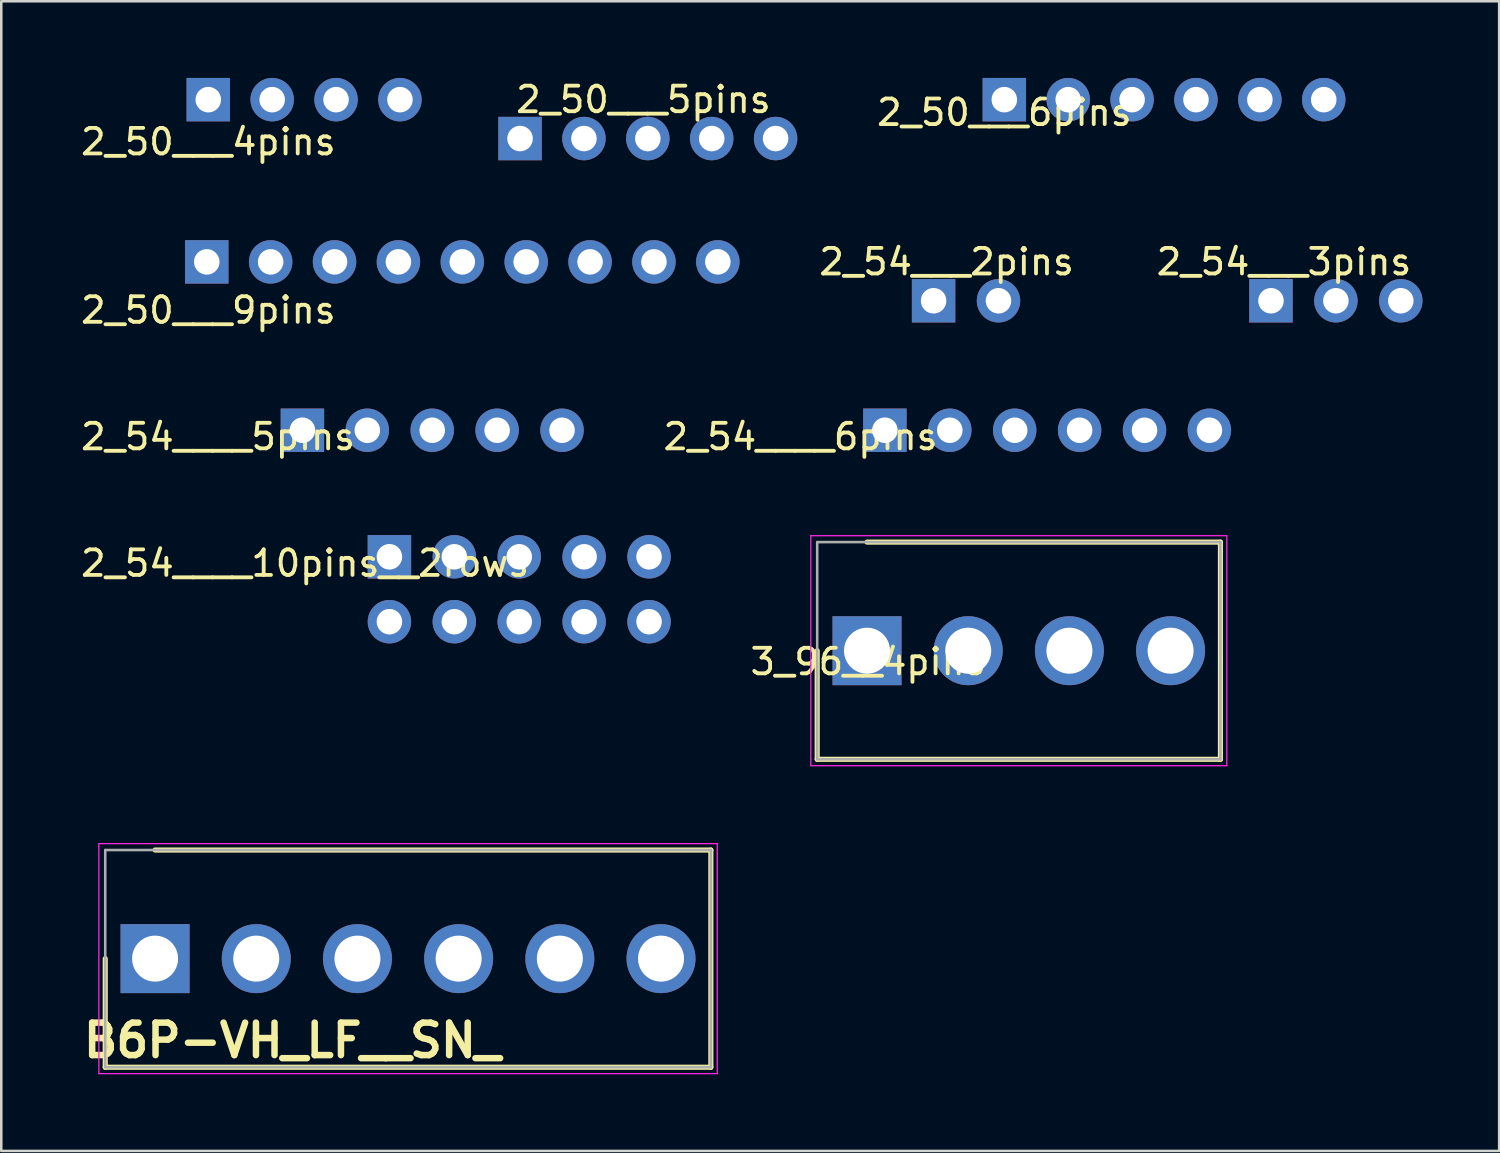
<source format=kicad_pcb>
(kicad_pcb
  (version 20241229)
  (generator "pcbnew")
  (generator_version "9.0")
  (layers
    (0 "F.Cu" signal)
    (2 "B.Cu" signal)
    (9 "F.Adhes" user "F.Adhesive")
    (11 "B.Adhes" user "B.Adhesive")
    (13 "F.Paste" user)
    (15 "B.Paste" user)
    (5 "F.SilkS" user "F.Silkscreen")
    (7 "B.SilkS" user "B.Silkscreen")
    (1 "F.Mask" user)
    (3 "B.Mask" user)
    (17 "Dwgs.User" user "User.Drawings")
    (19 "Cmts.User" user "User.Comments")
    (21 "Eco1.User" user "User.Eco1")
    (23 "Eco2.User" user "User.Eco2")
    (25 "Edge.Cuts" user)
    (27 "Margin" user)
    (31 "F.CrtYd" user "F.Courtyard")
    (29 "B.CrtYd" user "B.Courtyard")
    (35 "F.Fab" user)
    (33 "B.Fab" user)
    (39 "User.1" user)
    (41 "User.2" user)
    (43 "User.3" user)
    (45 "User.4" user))
  (footprint "2_50___6pins"
    (layer "F.Cu")
    (at 36.252 0.85)
    (property "Reference" "2_50___6pins" (at 0 0.5 0) (layer "F.SilkS") (effects (font (size 1 1) (thickness 0.15))))
    (attr through_hole)
    (pad "1" thru_hole rect (at 0 0) (size 1.7 1.7) (drill 1) (layers "*.Cu" "*.Mask"))
    (pad "2" thru_hole circle (at 2.5 0) (size 1.7 1.7) (drill 1) (layers "*.Cu" "*.Mask"))
    (pad "3" thru_hole circle (at 5 0) (size 1.7 1.7) (drill 1) (layers "*.Cu" "*.Mask"))
    (pad "4" thru_hole circle (at 7.5 0) (size 1.7 1.7) (drill 1) (layers "*.Cu" "*.Mask"))
    (pad "5" thru_hole circle (at 10 0) (size 1.7 1.7) (drill 1) (layers "*.Cu" "*.Mask"))
    (pad "6" thru_hole circle (at 12.5 0) (size 1.7 1.7) (drill 1) (layers "*.Cu" "*.Mask")))
  (footprint "2_50___4pins"
    (layer "F.Cu")
    (at 5.101 0.85)
    (property "Reference" "2_50___4pins" (at 0 1.65 0) (layer "F.SilkS") (effects (font (size 1 1) (thickness 0.15))))
    (attr through_hole)
    (pad "1" thru_hole rect (at 0 0) (size 1.7 1.7) (drill 1) (layers "*.Cu" "*.Mask"))
    (pad "2" thru_hole circle (at 2.5 0) (size 1.7 1.7) (drill 1) (layers "*.Cu" "*.Mask"))
    (pad "3" thru_hole circle (at 5 0) (size 1.7 1.7) (drill 1) (layers "*.Cu" "*.Mask"))
    (pad "4" thru_hole circle (at 7.5 0) (size 1.7 1.7) (drill 1) (layers "*.Cu" "*.Mask")))
  (footprint "2_50___5pins"
    (layer "F.Cu")
    (at 17.301 2.372)
    (property "Reference" "2_50___5pins" (at 4.826 -1.524 0) (layer "F.SilkS") (effects (font (size 1 1) (thickness 0.15))))
    (attr through_hole)
    (pad "1" thru_hole rect (at 0 0) (size 1.7 1.7) (drill 1) (layers "*.Cu" "*.Mask"))
    (pad "2" thru_hole circle (at 2.5 0) (size 1.7 1.7) (drill 1) (layers "*.Cu" "*.Mask"))
    (pad "3" thru_hole circle (at 5 0) (size 1.7 1.7) (drill 1) (layers "*.Cu" "*.Mask"))
    (pad "4" thru_hole circle (at 7.5 0) (size 1.7 1.7) (drill 1) (layers "*.Cu" "*.Mask"))
    (pad "5" thru_hole circle (at 10 0) (size 1.7 1.7) (drill 1) (layers "*.Cu" "*.Mask")))
  (footprint "3_96__4pins"
    (layer "F.Cu")
    (at 30.879 22.414)
    (property "Reference" "3_96__4pins" (at 0.04 0.43 0) (layer "F.SilkS") (effects (font (size 1 1) (thickness 0.15))))
    (attr through_hole)
    (fp_line (start -1.95 0) (end -1.95 4.25) (stroke (width 0.2) (type solid)) (layer "F.SilkS"))
    (fp_line (start -1.95 4.25) (end 13.83 4.25) (stroke (width 0.2) (type solid)) (layer "F.SilkS"))
    (fp_line (start 13.83 -4.25) (end 0 -4.25) (stroke (width 0.2) (type solid)) (layer "F.SilkS"))
    (fp_line (start 13.83 4.25) (end 13.83 -4.25) (stroke (width 0.2) (type solid)) (layer "F.SilkS"))
    (fp_line (start -2.2 -4.5) (end 14.08 -4.5) (stroke (width 0.05) (type solid)) (layer "F.CrtYd"))
    (fp_line (start -2.2 4.5) (end -2.2 -4.5) (stroke (width 0.05) (type solid)) (layer "F.CrtYd"))
    (fp_line (start 14.08 -4.5) (end 14.08 4.5) (stroke (width 0.05) (type solid)) (layer "F.CrtYd"))
    (fp_line (start 14.08 4.5) (end -2.2 4.5) (stroke (width 0.05) (type solid)) (layer "F.CrtYd"))
    (fp_line (start -1.95 -4.25) (end 13.83 -4.25) (stroke (width 0.1) (type solid)) (layer "F.Fab"))
    (fp_line (start -1.95 4.25) (end -1.95 -4.25) (stroke (width 0.1) (type solid)) (layer "F.Fab"))
    (fp_line (start 13.83 -4.25) (end 13.83 4.25) (stroke (width 0.1) (type solid)) (layer "F.Fab"))
    (fp_line (start 13.83 4.25) (end -1.95 4.25) (stroke (width 0.1) (type solid)) (layer "F.Fab"))
    (pad "1" thru_hole rect (at 0 0) (size 2.7 2.7) (drill 1.8) (layers "*.Cu" "*.Mask"))
    (pad "2" thru_hole circle (at 3.96 0) (size 2.7 2.7) (drill 1.8) (layers "*.Cu" "*.Mask"))
    (pad "3" thru_hole circle (at 7.92 0) (size 2.7 2.7) (drill 1.8) (layers "*.Cu" "*.Mask"))
    (pad "4" thru_hole circle (at 11.88 0) (size 2.7 2.7) (drill 1.8) (layers "*.Cu" "*.Mask")))
  (footprint "2_54___3pins"
    (layer "F.Cu")
    (at 46.687 8.72)
    (property "Reference" "2_54___3pins" (at 0.508 -1.524 0) (layer "F.SilkS") (effects (font (size 1 1) (thickness 0.15))))
    (attr through_hole)
    (pad "1" thru_hole rect (at 0 0) (size 1.7 1.7) (drill 1) (layers "*.Cu" "*.Mask"))
    (pad "2" thru_hole circle (at 2.54 0) (size 1.7 1.7) (drill 1) (layers "*.Cu" "*.Mask"))
    (pad "3" thru_hole circle (at 5.08 0) (size 1.7 1.7) (drill 1) (layers "*.Cu" "*.Mask")))
  (footprint "2_54____10pins__2rows"
    (layer "F.Cu")
    (at 12.189 18.739)
    (property "Reference" "2_54____10pins__2rows" (at -3.302 0.254 0) (layer "F.SilkS") (effects (font (size 1 1) (thickness 0.15))))
    (attr through_hole)
    (pad "1" thru_hole rect (at 0 0) (size 1.7 1.7) (drill 1) (layers "*.Cu" "*.Mask"))
    (pad "2" thru_hole circle (at 0 2.54) (size 1.7 1.7) (drill 1) (layers "*.Cu" "*.Mask"))
    (pad "3" thru_hole circle (at 2.54 0) (size 1.7 1.7) (drill 1) (layers "*.Cu" "*.Mask"))
    (pad "4" thru_hole circle (at 2.54 2.54) (size 1.7 1.7) (drill 1) (layers "*.Cu" "*.Mask"))
    (pad "5" thru_hole circle (at 5.08 0) (size 1.7 1.7) (drill 1) (layers "*.Cu" "*.Mask"))
    (pad "6" thru_hole circle (at 5.08 2.54) (size 1.7 1.7) (drill 1) (layers "*.Cu" "*.Mask"))
    (pad "7" thru_hole circle (at 7.62 0) (size 1.7 1.7) (drill 1) (layers "*.Cu" "*.Mask"))
    (pad "8" thru_hole circle (at 7.62 2.54) (size 1.7 1.7) (drill 1) (layers "*.Cu" "*.Mask"))
    (pad "9" thru_hole circle (at 10.16 0) (size 1.7 1.7) (drill 1) (layers "*.Cu" "*.Mask"))
    (pad "10" thru_hole circle (at 10.16 2.54) (size 1.7 1.7) (drill 1) (layers "*.Cu" "*.Mask")))
  (footprint "2_54____5pins"
    (layer "F.Cu")
    (at 8.784 13.787)
    (property "Reference" "2_54____5pins" (at -3.302 0.254 0) (layer "F.SilkS") (effects (font (size 1 1) (thickness 0.15))))
    (attr through_hole)
    (pad "1" thru_hole rect (at 0 0) (size 1.7 1.7) (drill 1) (layers "*.Cu" "*.Mask"))
    (pad "2" thru_hole circle (at 2.54 0) (size 1.7 1.7) (drill 1) (layers "*.Cu" "*.Mask"))
    (pad "3" thru_hole circle (at 5.08 0) (size 1.7 1.7) (drill 1) (layers "*.Cu" "*.Mask"))
    (pad "4" thru_hole circle (at 7.62 0) (size 1.7 1.7) (drill 1) (layers "*.Cu" "*.Mask"))
    (pad "5" thru_hole circle (at 10.16 0) (size 1.7 1.7) (drill 1) (layers "*.Cu" "*.Mask")))
  (footprint "2_50___9pins"
    (layer "F.Cu")
    (at 5.041 7.198)
    (property "Reference" "2_50___9pins" (at 0.06 1.89 0) (layer "F.SilkS") (effects (font (size 1 1) (thickness 0.15))))
    (attr through_hole)
    (pad "1" thru_hole rect (at 0 0) (size 1.7 1.7) (drill 1) (layers "*.Cu" "*.Mask"))
    (pad "2" thru_hole circle (at 2.5 0) (size 1.7 1.7) (drill 1) (layers "*.Cu" "*.Mask"))
    (pad "3" thru_hole circle (at 5 0) (size 1.7 1.7) (drill 1) (layers "*.Cu" "*.Mask"))
    (pad "4" thru_hole circle (at 7.5 0) (size 1.7 1.7) (drill 1) (layers "*.Cu" "*.Mask"))
    (pad "5" thru_hole circle (at 10 0) (size 1.7 1.7) (drill 1) (layers "*.Cu" "*.Mask"))
    (pad "6" thru_hole circle (at 12.5 0) (size 1.7 1.7) (drill 1) (layers "*.Cu" "*.Mask"))
    (pad "7" thru_hole circle (at 15 0) (size 1.7 1.7) (drill 1) (layers "*.Cu" "*.Mask"))
    (pad "8" thru_hole circle (at 17.5 0) (size 1.7 1.7) (drill 1) (layers "*.Cu" "*.Mask"))
    (pad "9" thru_hole circle (at 20 0) (size 1.7 1.7) (drill 1) (layers "*.Cu" "*.Mask")))
  (footprint "B6P-VH_LF__SN_"
    (layer "F.Cu")
    (at 3.018 34.464)
    (property "Reference" "B6P-VH_LF__SN_" (at 5.37 3.2 0) (layer "F.SilkS") (effects (font (size 1.27 1.27) (thickness 0.254))))
    (attr through_hole)
    (fp_line (start -1.95 0) (end -1.95 4.25) (stroke (width 0.2) (type solid)) (layer "F.SilkS"))
    (fp_line (start -1.95 4.25) (end 21.75 4.25) (stroke (width 0.2) (type solid)) (layer "F.SilkS"))
    (fp_line (start 21.75 -4.25) (end 0 -4.25) (stroke (width 0.2) (type solid)) (layer "F.SilkS"))
    (fp_line (start 21.75 4.25) (end 21.75 -4.25) (stroke (width 0.2) (type solid)) (layer "F.SilkS"))
    (fp_line (start -2.2 -4.5) (end 22 -4.5) (stroke (width 0.05) (type solid)) (layer "F.CrtYd"))
    (fp_line (start -2.2 4.5) (end -2.2 -4.5) (stroke (width 0.05) (type solid)) (layer "F.CrtYd"))
    (fp_line (start 22 -4.5) (end 22 4.5) (stroke (width 0.05) (type solid)) (layer "F.CrtYd"))
    (fp_line (start 22 4.5) (end -2.2 4.5) (stroke (width 0.05) (type solid)) (layer "F.CrtYd"))
    (fp_line (start -1.95 -4.25) (end 21.75 -4.25) (stroke (width 0.1) (type solid)) (layer "F.Fab"))
    (fp_line (start -1.95 4.25) (end -1.95 -4.25) (stroke (width 0.1) (type solid)) (layer "F.Fab"))
    (fp_line (start 21.75 -4.25) (end 21.75 4.25) (stroke (width 0.1) (type solid)) (layer "F.Fab"))
    (fp_line (start 21.75 4.25) (end -1.95 4.25) (stroke (width 0.1) (type solid)) (layer "F.Fab"))
    (pad "1" thru_hole rect (at 0 0) (size 2.7 2.7) (drill 1.8) (layers "*.Cu" "*.Mask"))
    (pad "2" thru_hole circle (at 3.96 0) (size 2.7 2.7) (drill 1.8) (layers "*.Cu" "*.Mask"))
    (pad "3" thru_hole circle (at 7.92 0) (size 2.7 2.7) (drill 1.8) (layers "*.Cu" "*.Mask"))
    (pad "4" thru_hole circle (at 11.88 0) (size 2.7 2.7) (drill 1.8) (layers "*.Cu" "*.Mask"))
    (pad "5" thru_hole circle (at 15.84 0) (size 2.7 2.7) (drill 1.8) (layers "*.Cu" "*.Mask"))
    (pad "6" thru_hole circle (at 19.8 0) (size 2.7 2.7) (drill 1.8) (layers "*.Cu" "*.Mask")))
  (footprint "2_54___2pins"
    (layer "F.Cu")
    (at 33.484 8.72)
    (property "Reference" "2_54___2pins" (at 0.508 -1.524 0) (layer "F.SilkS") (effects (font (size 1 1) (thickness 0.15))))
    (attr through_hole)
    (pad "1" thru_hole rect (at 0 0) (size 1.7 1.7) (drill 1) (layers "*.Cu" "*.Mask"))
    (pad "2" thru_hole circle (at 2.54 0) (size 1.7 1.7) (drill 1) (layers "*.Cu" "*.Mask")))
  (footprint "2_54____6pins"
    (layer "F.Cu")
    (at 31.578 13.787)
    (property "Reference" "2_54____6pins" (at -3.302 0.254 0) (layer "F.SilkS") (effects (font (size 1 1) (thickness 0.15))))
    (attr through_hole)
    (pad "1" thru_hole rect (at 0 0) (size 1.7 1.7) (drill 1) (layers "*.Cu" "*.Mask"))
    (pad "2" thru_hole circle (at 2.54 0) (size 1.7 1.7) (drill 1) (layers "*.Cu" "*.Mask"))
    (pad "3" thru_hole circle (at 5.08 0) (size 1.7 1.7) (drill 1) (layers "*.Cu" "*.Mask"))
    (pad "4" thru_hole circle (at 7.62 0) (size 1.7 1.7) (drill 1) (layers "*.Cu" "*.Mask"))
    (pad "5" thru_hole circle (at 10.16 0) (size 1.7 1.7) (drill 1) (layers "*.Cu" "*.Mask"))
    (pad "6" thru_hole circle (at 12.7 0) (size 1.7 1.7) (drill 1) (layers "*.Cu" "*.Mask")))
  (gr_rect
    (start -3 -3)
    (end 55.617 41.989)
    (stroke (width 0.1) (type default))
    (fill no)
    (layer "Edge.Cuts")))
</source>
